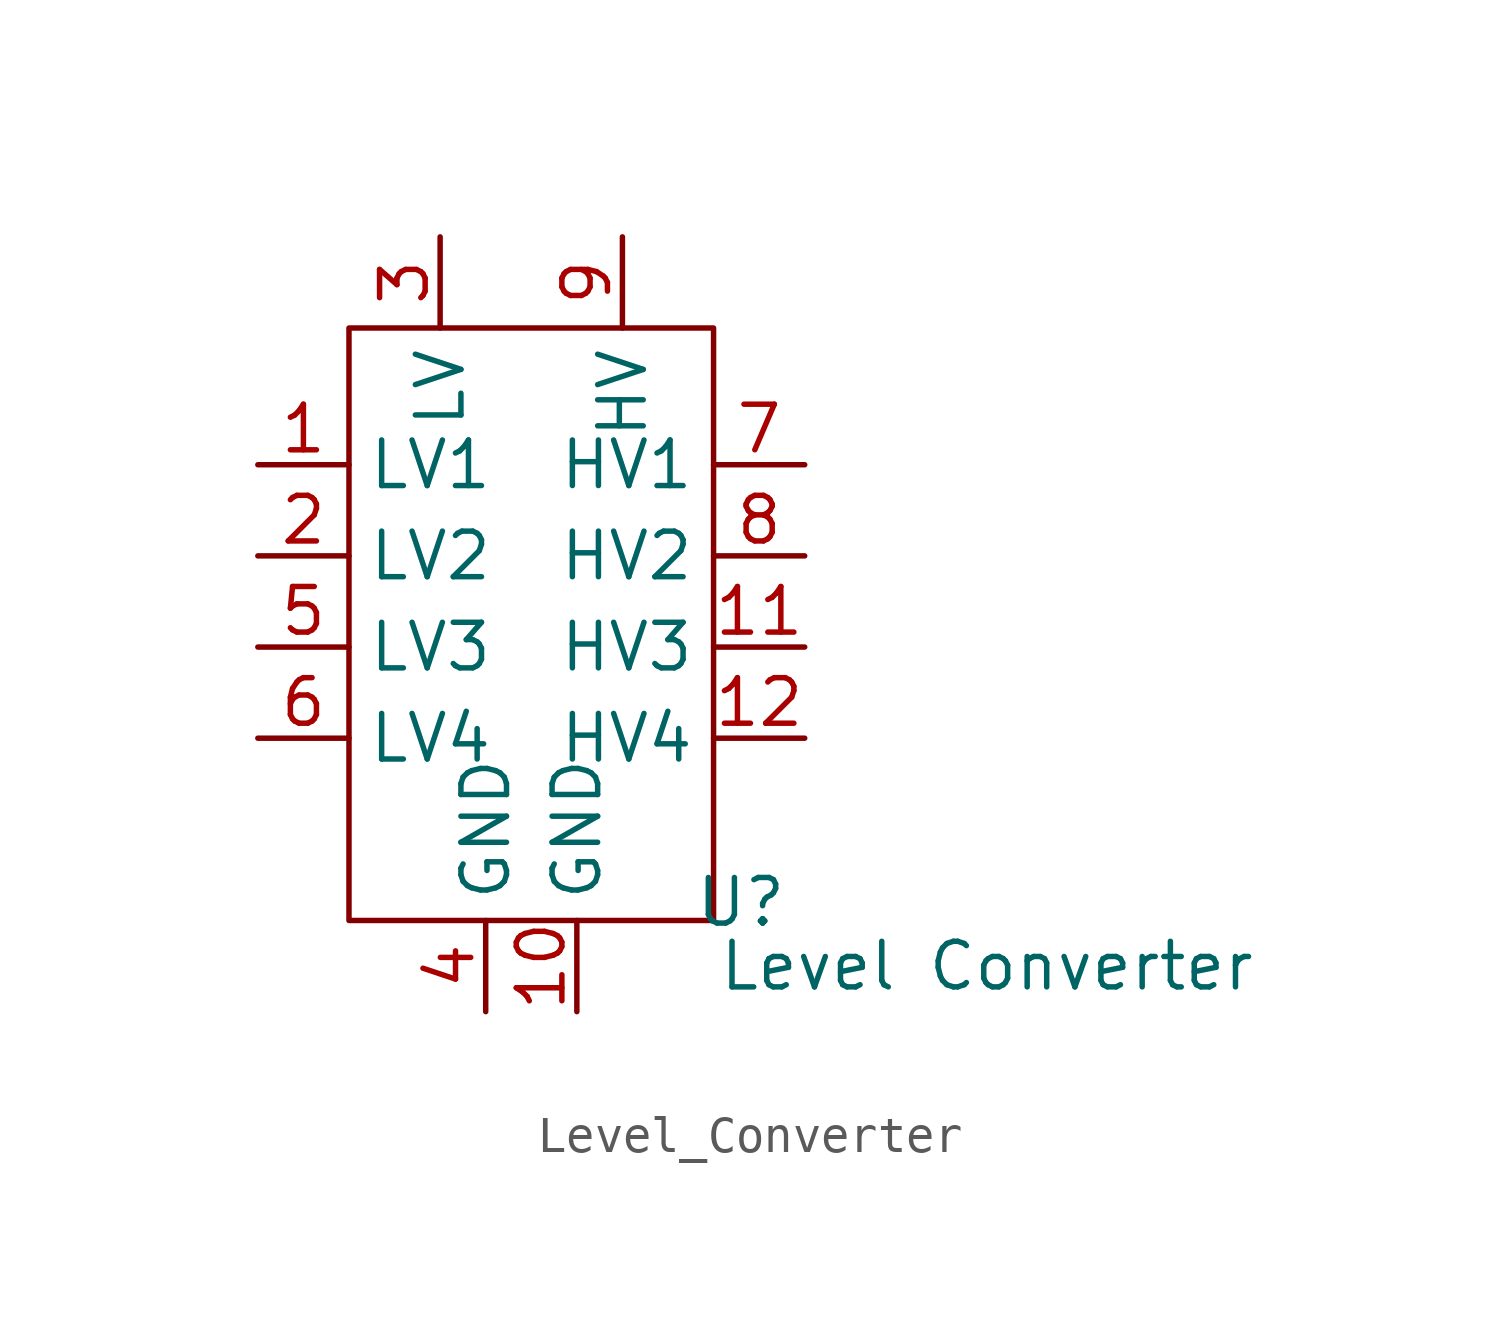
<source format=kicad_sym>
(kicad_symbol_lib
  (version 20231120)
  (generator "kicad_symbol_editor")
  (generator_version "8.0")
  (symbol "Level_Converter"
    (property "Reference" "U"
      (at 12.192 -16.002 0)
      (effects (font (size 1.27 1.27))))
    (property "Value" "Level Converter"
      (at 19.05 -17.78 0)
      (effects (font (size 1.27 1.27))))
    (symbol "Level_Converter_0_1"
      (rectangle (start 1.27 0) (end 11.43 -16.51) (stroke (width 0) (type default)) (fill (type none))))
    (symbol "Level_Converter_1_1"
      (pin bidirectional line (at -1.27 -3.81 0) (length 2.54) (name "LV1" (effects (font (size 1.27 1.27)))) (number "1" (effects (font (size 1.27 1.27)))))
      (pin power_in line (at 7.62 -19.05 90) (length 2.54) (name "GND" (effects (font (size 1.27 1.27)))) (number "10" (effects (font (size 1.27 1.27)))))
      (pin bidirectional line (at 13.97 -8.89 180) (length 2.54) (name "HV3" (effects (font (size 1.27 1.27)))) (number "11" (effects (font (size 1.27 1.27)))))
      (pin bidirectional line (at 13.97 -11.43 180) (length 2.54) (name "HV4" (effects (font (size 1.27 1.27)))) (number "12" (effects (font (size 1.27 1.27)))))
      (pin bidirectional line (at -1.27 -6.35 0) (length 2.54) (name "LV2" (effects (font (size 1.27 1.27)))) (number "2" (effects (font (size 1.27 1.27)))))
      (pin power_in line (at 3.81 2.54 270) (length 2.54) (name "LV" (effects (font (size 1.27 1.27)))) (number "3" (effects (font (size 1.27 1.27)))))
      (pin power_in line (at 5.08 -19.05 90) (length 2.54) (name "GND" (effects (font (size 1.27 1.27)))) (number "4" (effects (font (size 1.27 1.27)))))
      (pin bidirectional line (at -1.27 -8.89 0) (length 2.54) (name "LV3" (effects (font (size 1.27 1.27)))) (number "5" (effects (font (size 1.27 1.27)))))
      (pin bidirectional line (at -1.27 -11.43 0) (length 2.54) (name "LV4" (effects (font (size 1.27 1.27)))) (number "6" (effects (font (size 1.27 1.27)))))
      (pin bidirectional line (at 13.97 -3.81 180) (length 2.54) (name "HV1" (effects (font (size 1.27 1.27)))) (number "7" (effects (font (size 1.27 1.27)))))
      (pin bidirectional line (at 13.97 -6.35 180) (length 2.54) (name "HV2" (effects (font (size 1.27 1.27)))) (number "8" (effects (font (size 1.27 1.27)))))
      (pin power_in line (at 8.89 2.54 270) (length 2.54) (name "HV" (effects (font (size 1.27 1.27)))) (number "9" (effects (font (size 1.27 1.27))))))))
</source>
